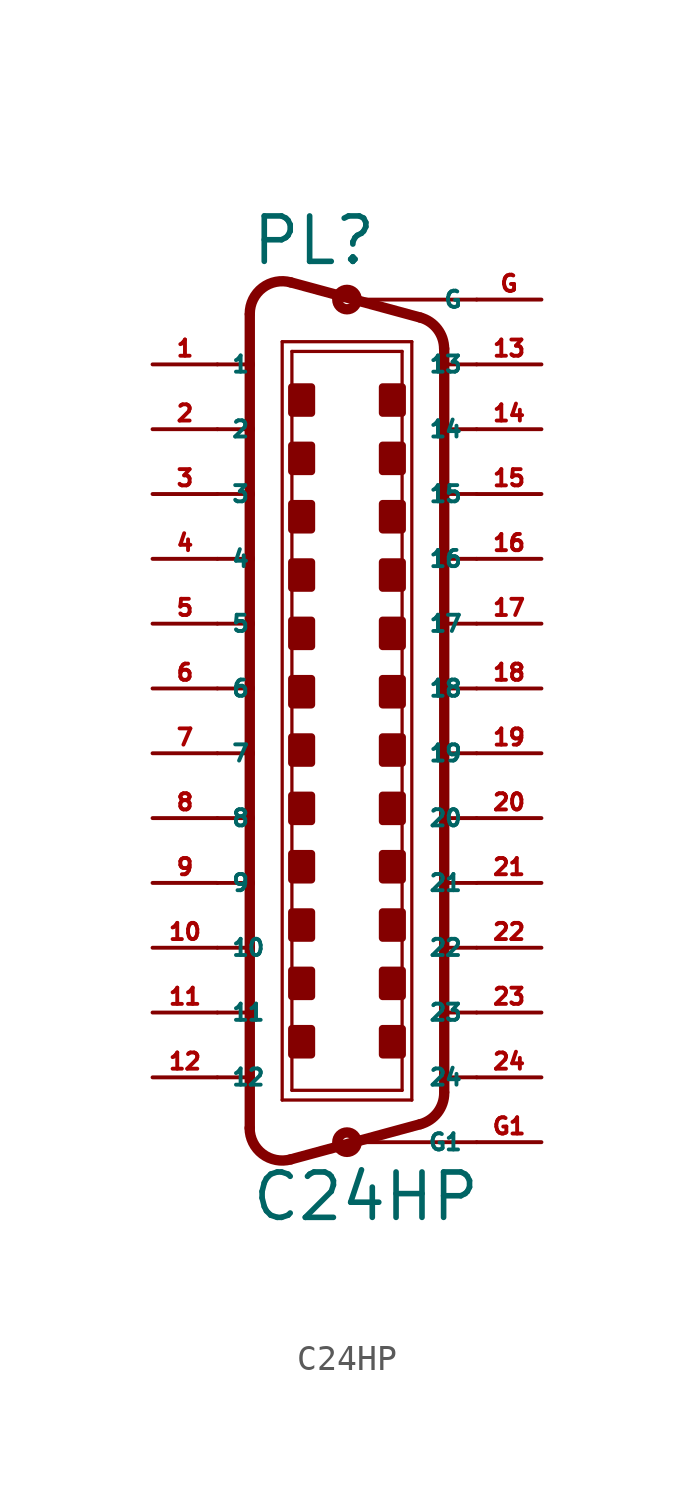
<source format=kicad_sym>
(kicad_symbol_lib
  (version 20220914)
  (generator Eagle2Kicad)
  (symbol "C24HP"
    (property "Reference" "PL"
      (at -3.81 19.05 0)
      (effects (font (size 1.778 1.778) (thickness 0.22)) (justify left bottom)))
    (property "Value" "C24HP"
      (at -3.81 -18.415 0)
      (effects (font (size 1.778 1.778) (thickness 0.22)) (justify left bottom)))
    (polyline
      (pts (xy -2.54 16.129) (xy 2.54 16.129))
      (stroke (width 0.127) (type default))
      (fill (type none)))
    (polyline
      (pts (xy -2.54 -13.589) (xy 2.54 -13.589))
      (stroke (width 0.127) (type default))
      (fill (type none)))
    (polyline
      (pts (xy -2.159 15.748) (xy 2.159 15.748))
      (stroke (width 0.127) (type default))
      (fill (type none)))
    (polyline
      (pts (xy 2.159 -13.208) (xy -2.159 -13.208))
      (stroke (width 0.127) (type default))
      (fill (type none)))
    (polyline
      (pts (xy 2.873 17.075) (xy -2.207 18.455))
      (stroke (width 0.406) (type default))
      (fill (type none)))
    (polyline
      (pts (xy 2.873 -14.535) (xy -2.207 -15.915))
      (stroke (width 0.406) (type default))
      (fill (type none)))
    (polyline
      (pts (xy -2.54 -13.589) (xy -2.54 16.129))
      (stroke (width 0.127) (type default))
      (fill (type none)))
    (polyline
      (pts (xy -3.81 17.184) (xy -3.81 15.24))
      (stroke (width 0.406) (type default))
      (fill (type none)))
    (polyline
      (pts (xy -3.81 15.24) (xy -3.81 12.7))
      (stroke (width 0.406) (type default))
      (fill (type none)))
    (polyline
      (pts (xy -3.81 12.7) (xy -3.81 10.16))
      (stroke (width 0.406) (type default))
      (fill (type none)))
    (polyline
      (pts (xy -3.81 10.16) (xy -3.81 7.62))
      (stroke (width 0.406) (type default))
      (fill (type none)))
    (polyline
      (pts (xy -3.81 7.62) (xy -3.81 5.08))
      (stroke (width 0.406) (type default))
      (fill (type none)))
    (polyline
      (pts (xy -3.81 5.08) (xy -3.81 2.54))
      (stroke (width 0.406) (type default))
      (fill (type none)))
    (polyline
      (pts (xy -3.81 2.54) (xy -3.81 0))
      (stroke (width 0.406) (type default))
      (fill (type none)))
    (polyline
      (pts (xy -3.81 0) (xy -3.81 -2.54))
      (stroke (width 0.406) (type default))
      (fill (type none)))
    (polyline
      (pts (xy -3.81 -2.54) (xy -3.81 -5.08))
      (stroke (width 0.406) (type default))
      (fill (type none)))
    (polyline
      (pts (xy -3.81 -5.08) (xy -3.81 -7.62))
      (stroke (width 0.406) (type default))
      (fill (type none)))
    (polyline
      (pts (xy -3.81 -7.62) (xy -3.81 -10.16))
      (stroke (width 0.406) (type default))
      (fill (type none)))
    (polyline
      (pts (xy -3.81 -10.16) (xy -3.81 -12.7))
      (stroke (width 0.406) (type default))
      (fill (type none)))
    (polyline
      (pts (xy -3.81 -12.7) (xy -3.81 -14.69))
      (stroke (width 0.406) (type default))
      (fill (type none)))
    (arc
      (start -3.81 -14.6898)
      (mid -3.311 -15.699)
      (end -2.207 -15.9154)
      (stroke (width 0.4064) (type default))
      (fill (type none)))
    (arc
      (start -2.207 18.4553)
      (mid -3.311 18.239)
      (end -3.81 17.2298)
      (stroke (width 0.4064) (type default))
      (fill (type none)))
    (polyline
      (pts (xy -2.159 -13.208) (xy -2.159 15.748))
      (stroke (width 0.127) (type default))
      (fill (type none)))
    (polyline
      (pts (xy 2.54 -13.589) (xy 2.54 16.129))
      (stroke (width 0.127) (type default))
      (fill (type none)))
    (polyline
      (pts (xy 3.81 -13.264) (xy 3.81 -12.7))
      (stroke (width 0.406) (type default))
      (fill (type none)))
    (polyline
      (pts (xy 3.81 -12.7) (xy 3.81 -10.16))
      (stroke (width 0.406) (type default))
      (fill (type none)))
    (polyline
      (pts (xy 3.81 -10.16) (xy 3.81 -7.62))
      (stroke (width 0.406) (type default))
      (fill (type none)))
    (polyline
      (pts (xy 3.81 -7.62) (xy 3.81 -5.08))
      (stroke (width 0.406) (type default))
      (fill (type none)))
    (polyline
      (pts (xy 3.81 -5.08) (xy 3.81 -2.54))
      (stroke (width 0.406) (type default))
      (fill (type none)))
    (polyline
      (pts (xy 3.81 -2.54) (xy 3.81 0))
      (stroke (width 0.406) (type default))
      (fill (type none)))
    (polyline
      (pts (xy 3.81 0) (xy 3.81 2.54))
      (stroke (width 0.406) (type default))
      (fill (type none)))
    (polyline
      (pts (xy 3.81 2.54) (xy 3.81 5.08))
      (stroke (width 0.406) (type default))
      (fill (type none)))
    (polyline
      (pts (xy 3.81 5.08) (xy 3.81 7.62))
      (stroke (width 0.406) (type default))
      (fill (type none)))
    (polyline
      (pts (xy 3.81 7.62) (xy 3.81 10.16))
      (stroke (width 0.406) (type default))
      (fill (type none)))
    (polyline
      (pts (xy 3.81 10.16) (xy 3.81 12.7))
      (stroke (width 0.406) (type default))
      (fill (type none)))
    (polyline
      (pts (xy 3.81 12.7) (xy 3.81 15.24))
      (stroke (width 0.406) (type default))
      (fill (type none)))
    (polyline
      (pts (xy 3.81 15.24) (xy 3.81 15.85))
      (stroke (width 0.406) (type default))
      (fill (type none)))
    (arc
      (start 2.873 -14.5351)
      (mid 3.549 -14.081)
      (end 3.81 -13.3096)
      (stroke (width 0.4064) (type default))
      (fill (type none)))
    (polyline
      (pts (xy 2.159 15.748) (xy 2.159 -13.208))
      (stroke (width 0.127) (type default))
      (fill (type none)))
    (arc
      (start 3.81 15.8496)
      (mid 3.549 16.621)
      (end 2.873 17.0752)
      (stroke (width 0.4064) (type default))
      (fill (type none)))
    (polyline
      (pts (xy -5.08 15.24) (xy -3.81 15.24))
      (stroke (width 0.152) (type default))
      (fill (type none)))
    (polyline
      (pts (xy -5.08 12.7) (xy -3.81 12.7))
      (stroke (width 0.152) (type default))
      (fill (type none)))
    (polyline
      (pts (xy -5.08 10.16) (xy -3.81 10.16))
      (stroke (width 0.152) (type default))
      (fill (type none)))
    (polyline
      (pts (xy -5.08 -5.08) (xy -3.81 -5.08))
      (stroke (width 0.152) (type default))
      (fill (type none)))
    (polyline
      (pts (xy -5.08 -7.62) (xy -3.81 -7.62))
      (stroke (width 0.152) (type default))
      (fill (type none)))
    (polyline
      (pts (xy -5.08 -10.16) (xy -3.81 -10.16))
      (stroke (width 0.152) (type default))
      (fill (type none)))
    (polyline
      (pts (xy -5.08 -12.7) (xy -3.81 -12.7))
      (stroke (width 0.152) (type default))
      (fill (type none)))
    (polyline
      (pts (xy 5.08 -12.7) (xy 3.81 -12.7))
      (stroke (width 0.152) (type default))
      (fill (type none)))
    (polyline
      (pts (xy 5.08 -10.16) (xy 3.81 -10.16))
      (stroke (width 0.152) (type default))
      (fill (type none)))
    (polyline
      (pts (xy 5.08 -7.62) (xy 3.81 -7.62))
      (stroke (width 0.152) (type default))
      (fill (type none)))
    (polyline
      (pts (xy 5.08 -5.08) (xy 3.81 -5.08))
      (stroke (width 0.152) (type default))
      (fill (type none)))
    (polyline
      (pts (xy 5.08 10.16) (xy 3.81 10.16))
      (stroke (width 0.152) (type default))
      (fill (type none)))
    (polyline
      (pts (xy 5.08 12.7) (xy 3.81 12.7))
      (stroke (width 0.152) (type default))
      (fill (type none)))
    (polyline
      (pts (xy 5.08 15.24) (xy 3.81 15.24))
      (stroke (width 0.152) (type default))
      (fill (type none)))
    (polyline
      (pts (xy 5.08 7.62) (xy 3.81 7.62))
      (stroke (width 0.152) (type default))
      (fill (type none)))
    (polyline
      (pts (xy 5.08 5.08) (xy 3.81 5.08))
      (stroke (width 0.152) (type default))
      (fill (type none)))
    (polyline
      (pts (xy 5.08 2.54) (xy 3.81 2.54))
      (stroke (width 0.152) (type default))
      (fill (type none)))
    (polyline
      (pts (xy 5.08 0) (xy 3.81 0))
      (stroke (width 0.152) (type default))
      (fill (type none)))
    (polyline
      (pts (xy 5.08 -2.54) (xy 3.81 -2.54))
      (stroke (width 0.152) (type default))
      (fill (type none)))
    (polyline
      (pts (xy -3.81 7.62) (xy -5.08 7.62))
      (stroke (width 0.152) (type default))
      (fill (type none)))
    (polyline
      (pts (xy -3.81 5.08) (xy -5.08 5.08))
      (stroke (width 0.152) (type default))
      (fill (type none)))
    (polyline
      (pts (xy -3.81 2.54) (xy -5.08 2.54))
      (stroke (width 0.152) (type default))
      (fill (type none)))
    (polyline
      (pts (xy -3.81 0) (xy -5.08 0))
      (stroke (width 0.152) (type default))
      (fill (type none)))
    (polyline
      (pts (xy -3.81 -2.54) (xy -5.08 -2.54))
      (stroke (width 0.152) (type default))
      (fill (type none)))
    (polyline
      (pts (xy 5.08 17.78) (xy 0 17.78))
      (stroke (width 0.152) (type default))
      (fill (type none)))
    (polyline
      (pts (xy 5.08 -15.24) (xy 0 -15.24))
      (stroke (width 0.152) (type default))
      (fill (type none)))
    (circle
      (center 0 17.78)
      (radius 0.381)
      (stroke (width 0.406) (type default))
      (fill (type none)))
    (circle
      (center 0 -15.24)
      (radius 0.381)
      (stroke (width 0.406) (type default))
      (fill (type none)))
    (rectangle
      (start -2.159 13.335)
      (end -1.397 14.351)
      (stroke (width 0.3) (type default))
      (fill (type outline)))
    (rectangle
      (start -2.159 11.049)
      (end -1.397 12.065)
      (stroke (width 0.3) (type default))
      (fill (type outline)))
    (rectangle
      (start 1.397 13.335)
      (end 2.159 14.351)
      (stroke (width 0.3) (type default))
      (fill (type outline)))
    (rectangle
      (start 1.397 11.049)
      (end 2.159 12.065)
      (stroke (width 0.3) (type default))
      (fill (type outline)))
    (rectangle
      (start -2.159 8.763)
      (end -1.397 9.779)
      (stroke (width 0.3) (type default))
      (fill (type outline)))
    (rectangle
      (start -2.159 6.477)
      (end -1.397 7.493)
      (stroke (width 0.3) (type default))
      (fill (type outline)))
    (rectangle
      (start 1.397 8.763)
      (end 2.159 9.779)
      (stroke (width 0.3) (type default))
      (fill (type outline)))
    (rectangle
      (start 1.397 6.477)
      (end 2.159 7.493)
      (stroke (width 0.3) (type default))
      (fill (type outline)))
    (rectangle
      (start -2.159 4.191)
      (end -1.397 5.207)
      (stroke (width 0.3) (type default))
      (fill (type outline)))
    (rectangle
      (start -2.159 -4.953)
      (end -1.397 -3.937)
      (stroke (width 0.3) (type default))
      (fill (type outline)))
    (rectangle
      (start 1.397 -4.953)
      (end 2.159 -3.937)
      (stroke (width 0.3) (type default))
      (fill (type outline)))
    (rectangle
      (start 1.397 -7.239)
      (end 2.159 -6.223)
      (stroke (width 0.3) (type default))
      (fill (type outline)))
    (rectangle
      (start -2.159 -7.239)
      (end -1.397 -6.223)
      (stroke (width 0.3) (type default))
      (fill (type outline)))
    (rectangle
      (start -2.159 -9.525)
      (end -1.397 -8.509)
      (stroke (width 0.3) (type default))
      (fill (type outline)))
    (rectangle
      (start 1.397 -2.667)
      (end 2.159 -1.651)
      (stroke (width 0.3) (type default))
      (fill (type outline)))
    (rectangle
      (start 1.397 -9.525)
      (end 2.159 -8.509)
      (stroke (width 0.3) (type default))
      (fill (type outline)))
    (rectangle
      (start -2.159 -11.811)
      (end -1.397 -10.795)
      (stroke (width 0.3) (type default))
      (fill (type outline)))
    (rectangle
      (start 1.397 -11.811)
      (end 2.159 -10.795)
      (stroke (width 0.3) (type default))
      (fill (type outline)))
    (rectangle
      (start -2.159 1.905)
      (end -1.397 2.921)
      (stroke (width 0.3) (type default))
      (fill (type outline)))
    (rectangle
      (start -2.159 -0.381)
      (end -1.397 0.635)
      (stroke (width 0.3) (type default))
      (fill (type outline)))
    (rectangle
      (start -2.159 -2.667)
      (end -1.397 -1.651)
      (stroke (width 0.3) (type default))
      (fill (type outline)))
    (rectangle
      (start 1.397 -0.381)
      (end 2.159 0.635)
      (stroke (width 0.3) (type default))
      (fill (type outline)))
    (rectangle
      (start 1.397 1.905)
      (end 2.159 2.921)
      (stroke (width 0.3) (type default))
      (fill (type outline)))
    (rectangle
      (start 1.397 4.191)
      (end 2.159 5.207)
      (stroke (width 0.3) (type default))
      (fill (type outline)))
    (pin passive line
      (at 7.62 17.78 180)
      (length 2.54)
      (name "G" (effects (font (size 0.635 0.635) (thickness 0.08)) (justify left bottom)))
      (number "G" (effects (font (size 0.635 0.635) (thickness 0.08)) (justify left bottom))))
    (pin passive line
      (at 7.62 -15.24 180)
      (length 2.54)
      (name "G1" (effects (font (size 0.635 0.635) (thickness 0.08)) (justify left bottom)))
      (number "G1" (effects (font (size 0.635 0.635) (thickness 0.08)) (justify left bottom))))
    (pin passive line
      (at -7.62 15.24 0)
      (length 2.54)
      (name "1" (effects (font (size 0.635 0.635) (thickness 0.08)) (justify left bottom)))
      (number "1" (effects (font (size 0.635 0.635) (thickness 0.08)) (justify left bottom))))
    (pin passive line
      (at -7.62 12.7 0)
      (length 2.54)
      (name "2" (effects (font (size 0.635 0.635) (thickness 0.08)) (justify left bottom)))
      (number "2" (effects (font (size 0.635 0.635) (thickness 0.08)) (justify left bottom))))
    (pin passive line
      (at -7.62 10.16 0)
      (length 2.54)
      (name "3" (effects (font (size 0.635 0.635) (thickness 0.08)) (justify left bottom)))
      (number "3" (effects (font (size 0.635 0.635) (thickness 0.08)) (justify left bottom))))
    (pin passive line
      (at -7.62 7.62 0)
      (length 2.54)
      (name "4" (effects (font (size 0.635 0.635) (thickness 0.08)) (justify left bottom)))
      (number "4" (effects (font (size 0.635 0.635) (thickness 0.08)) (justify left bottom))))
    (pin passive line
      (at -7.62 5.08 0)
      (length 2.54)
      (name "5" (effects (font (size 0.635 0.635) (thickness 0.08)) (justify left bottom)))
      (number "5" (effects (font (size 0.635 0.635) (thickness 0.08)) (justify left bottom))))
    (pin passive line
      (at -7.62 2.54 0)
      (length 2.54)
      (name "6" (effects (font (size 0.635 0.635) (thickness 0.08)) (justify left bottom)))
      (number "6" (effects (font (size 0.635 0.635) (thickness 0.08)) (justify left bottom))))
    (pin passive line
      (at -7.62 0 0)
      (length 2.54)
      (name "7" (effects (font (size 0.635 0.635) (thickness 0.08)) (justify left bottom)))
      (number "7" (effects (font (size 0.635 0.635) (thickness 0.08)) (justify left bottom))))
    (pin passive line
      (at -7.62 -2.54 0)
      (length 2.54)
      (name "8" (effects (font (size 0.635 0.635) (thickness 0.08)) (justify left bottom)))
      (number "8" (effects (font (size 0.635 0.635) (thickness 0.08)) (justify left bottom))))
    (pin passive line
      (at -7.62 -5.08 0)
      (length 2.54)
      (name "9" (effects (font (size 0.635 0.635) (thickness 0.08)) (justify left bottom)))
      (number "9" (effects (font (size 0.635 0.635) (thickness 0.08)) (justify left bottom))))
    (pin passive line
      (at -7.62 -7.62 0)
      (length 2.54)
      (name "10" (effects (font (size 0.635 0.635) (thickness 0.08)) (justify left bottom)))
      (number "10" (effects (font (size 0.635 0.635) (thickness 0.08)) (justify left bottom))))
    (pin passive line
      (at -7.62 -10.16 0)
      (length 2.54)
      (name "11" (effects (font (size 0.635 0.635) (thickness 0.08)) (justify left bottom)))
      (number "11" (effects (font (size 0.635 0.635) (thickness 0.08)) (justify left bottom))))
    (pin passive line
      (at -7.62 -12.7 0)
      (length 2.54)
      (name "12" (effects (font (size 0.635 0.635) (thickness 0.08)) (justify left bottom)))
      (number "12" (effects (font (size 0.635 0.635) (thickness 0.08)) (justify left bottom))))
    (pin passive line
      (at 7.62 15.24 180)
      (length 2.54)
      (name "13" (effects (font (size 0.635 0.635) (thickness 0.08)) (justify left bottom)))
      (number "13" (effects (font (size 0.635 0.635) (thickness 0.08)) (justify left bottom))))
    (pin passive line
      (at 7.62 12.7 180)
      (length 2.54)
      (name "14" (effects (font (size 0.635 0.635) (thickness 0.08)) (justify left bottom)))
      (number "14" (effects (font (size 0.635 0.635) (thickness 0.08)) (justify left bottom))))
    (pin passive line
      (at 7.62 10.16 180)
      (length 2.54)
      (name "15" (effects (font (size 0.635 0.635) (thickness 0.08)) (justify left bottom)))
      (number "15" (effects (font (size 0.635 0.635) (thickness 0.08)) (justify left bottom))))
    (pin passive line
      (at 7.62 7.62 180)
      (length 2.54)
      (name "16" (effects (font (size 0.635 0.635) (thickness 0.08)) (justify left bottom)))
      (number "16" (effects (font (size 0.635 0.635) (thickness 0.08)) (justify left bottom))))
    (pin passive line
      (at 7.62 5.08 180)
      (length 2.54)
      (name "17" (effects (font (size 0.635 0.635) (thickness 0.08)) (justify left bottom)))
      (number "17" (effects (font (size 0.635 0.635) (thickness 0.08)) (justify left bottom))))
    (pin passive line
      (at 7.62 2.54 180)
      (length 2.54)
      (name "18" (effects (font (size 0.635 0.635) (thickness 0.08)) (justify left bottom)))
      (number "18" (effects (font (size 0.635 0.635) (thickness 0.08)) (justify left bottom))))
    (pin passive line
      (at 7.62 0 180)
      (length 2.54)
      (name "19" (effects (font (size 0.635 0.635) (thickness 0.08)) (justify left bottom)))
      (number "19" (effects (font (size 0.635 0.635) (thickness 0.08)) (justify left bottom))))
    (pin passive line
      (at 7.62 -2.54 180)
      (length 2.54)
      (name "20" (effects (font (size 0.635 0.635) (thickness 0.08)) (justify left bottom)))
      (number "20" (effects (font (size 0.635 0.635) (thickness 0.08)) (justify left bottom))))
    (pin passive line
      (at 7.62 -5.08 180)
      (length 2.54)
      (name "21" (effects (font (size 0.635 0.635) (thickness 0.08)) (justify left bottom)))
      (number "21" (effects (font (size 0.635 0.635) (thickness 0.08)) (justify left bottom))))
    (pin passive line
      (at 7.62 -7.62 180)
      (length 2.54)
      (name "22" (effects (font (size 0.635 0.635) (thickness 0.08)) (justify left bottom)))
      (number "22" (effects (font (size 0.635 0.635) (thickness 0.08)) (justify left bottom))))
    (pin passive line
      (at 7.62 -10.16 180)
      (length 2.54)
      (name "23" (effects (font (size 0.635 0.635) (thickness 0.08)) (justify left bottom)))
      (number "23" (effects (font (size 0.635 0.635) (thickness 0.08)) (justify left bottom))))
    (pin passive line
      (at 7.62 -12.7 180)
      (length 2.54)
      (name "24" (effects (font (size 0.635 0.635) (thickness 0.08)) (justify left bottom)))
      (number "24" (effects (font (size 0.635 0.635) (thickness 0.08)) (justify left bottom))))))
</source>
